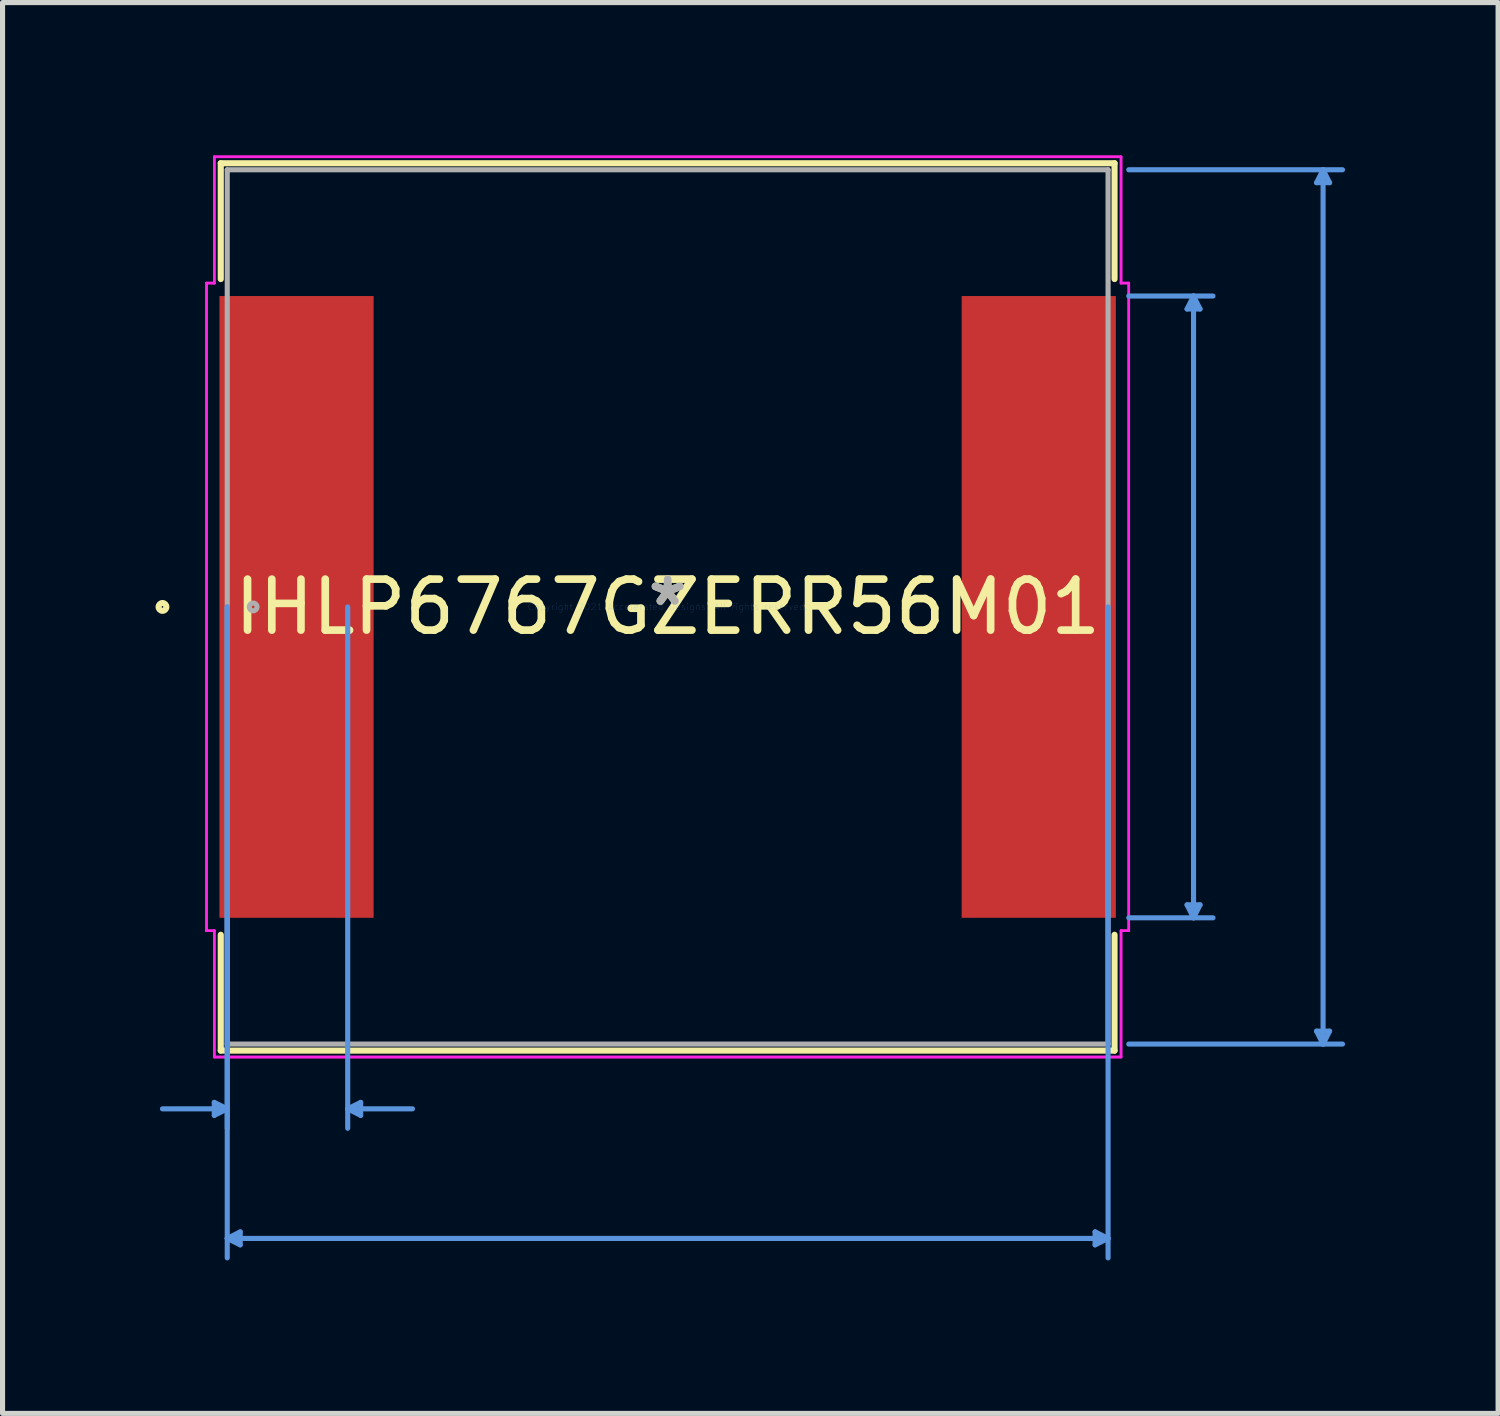
<source format=kicad_pcb>
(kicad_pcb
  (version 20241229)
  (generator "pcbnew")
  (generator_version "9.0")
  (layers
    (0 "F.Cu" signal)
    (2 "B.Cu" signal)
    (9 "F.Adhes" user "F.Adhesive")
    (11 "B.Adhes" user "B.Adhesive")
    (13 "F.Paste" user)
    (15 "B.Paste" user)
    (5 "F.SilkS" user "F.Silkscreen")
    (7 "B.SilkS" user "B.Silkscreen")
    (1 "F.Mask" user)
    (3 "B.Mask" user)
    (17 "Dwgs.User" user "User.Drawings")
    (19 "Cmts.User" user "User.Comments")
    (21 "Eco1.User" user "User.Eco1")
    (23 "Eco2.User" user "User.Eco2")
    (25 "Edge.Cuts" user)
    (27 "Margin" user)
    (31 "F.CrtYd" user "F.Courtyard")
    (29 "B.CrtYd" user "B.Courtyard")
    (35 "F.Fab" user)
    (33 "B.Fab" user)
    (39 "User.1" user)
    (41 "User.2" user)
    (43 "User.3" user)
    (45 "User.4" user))
  (footprint "IHLP6767GZERR56M01"
    (layer "F.Cu")
    (at 10.042 8.851)
    (property "Reference" "IHLP6767GZERR56M01" (at 0 0 0) (layer "F.SilkS") (effects (font (size 1 1) (thickness 0.15))))
    (attr through_hole)
    (fp_line (start -8.763 -8.7) (end -8.763 -6.429) (stroke (width 0.12) (type solid)) (layer "F.SilkS"))
    (fp_line (start -8.763 6.429) (end -8.763 8.7) (stroke (width 0.12) (type solid)) (layer "F.SilkS"))
    (fp_line (start -8.763 8.7) (end 8.763 8.7) (stroke (width 0.12) (type solid)) (layer "F.SilkS"))
    (fp_line (start 8.763 -8.7) (end -8.763 -8.7) (stroke (width 0.12) (type solid)) (layer "F.SilkS"))
    (fp_line (start 8.763 -6.429) (end 8.763 -8.7) (stroke (width 0.12) (type solid)) (layer "F.SilkS"))
    (fp_line (start 8.763 8.7) (end 8.763 6.429) (stroke (width 0.12) (type solid)) (layer "F.SilkS"))
    (fp_circle (center -9.906 0) (end -9.83 0) (stroke (width 0.12) (type solid)) (fill no) (layer "F.SilkS"))
    (fp_line (start -8.89 9.716) (end -8.89 9.97) (stroke (width 0.1) (type solid)) (layer "Cmts.User"))
    (fp_line (start -8.636 0) (end -8.636 10.223) (stroke (width 0.1) (type solid)) (layer "Cmts.User"))
    (fp_line (start -8.636 0) (end -8.636 12.764) (stroke (width 0.1) (type solid)) (layer "Cmts.User"))
    (fp_line (start -8.636 9.842) (end -9.906 9.842) (stroke (width 0.1) (type solid)) (layer "Cmts.User"))
    (fp_line (start -8.636 9.842) (end -8.89 9.716) (stroke (width 0.1) (type solid)) (layer "Cmts.User"))
    (fp_line (start -8.636 9.842) (end -8.89 9.97) (stroke (width 0.1) (type solid)) (layer "Cmts.User"))
    (fp_line (start -8.636 12.383) (end -8.382 12.255) (stroke (width 0.1) (type solid)) (layer "Cmts.User"))
    (fp_line (start -8.636 12.383) (end -8.382 12.509) (stroke (width 0.1) (type solid)) (layer "Cmts.User"))
    (fp_line (start -8.636 12.383) (end 8.636 12.383) (stroke (width 0.1) (type solid)) (layer "Cmts.User"))
    (fp_line (start -8.382 12.255) (end -8.382 12.509) (stroke (width 0.1) (type solid)) (layer "Cmts.User"))
    (fp_line (start -6.274 0) (end -6.274 10.223) (stroke (width 0.1) (type solid)) (layer "Cmts.User"))
    (fp_line (start -6.274 9.842) (end -6.02 9.716) (stroke (width 0.1) (type solid)) (layer "Cmts.User"))
    (fp_line (start -6.274 9.842) (end -6.02 9.97) (stroke (width 0.1) (type solid)) (layer "Cmts.User"))
    (fp_line (start -6.274 9.842) (end -5.004 9.842) (stroke (width 0.1) (type solid)) (layer "Cmts.User"))
    (fp_line (start -6.02 9.716) (end -6.02 9.97) (stroke (width 0.1) (type solid)) (layer "Cmts.User"))
    (fp_line (start 8.382 12.255) (end 8.382 12.509) (stroke (width 0.1) (type solid)) (layer "Cmts.User"))
    (fp_line (start 8.636 0) (end 8.636 12.764) (stroke (width 0.1) (type solid)) (layer "Cmts.User"))
    (fp_line (start 8.636 12.383) (end 8.382 12.255) (stroke (width 0.1) (type solid)) (layer "Cmts.User"))
    (fp_line (start 8.636 12.383) (end 8.382 12.509) (stroke (width 0.1) (type solid)) (layer "Cmts.User"))
    (fp_line (start 9.042 -8.572) (end 13.233 -8.572) (stroke (width 0.1) (type solid)) (layer "Cmts.User"))
    (fp_line (start 9.042 -6.096) (end 10.693 -6.096) (stroke (width 0.1) (type solid)) (layer "Cmts.User"))
    (fp_line (start 9.042 6.096) (end 10.693 6.096) (stroke (width 0.1) (type solid)) (layer "Cmts.User"))
    (fp_line (start 9.042 8.572) (end 13.233 8.572) (stroke (width 0.1) (type solid)) (layer "Cmts.User"))
    (fp_line (start 10.185 -5.842) (end 10.439 -5.842) (stroke (width 0.1) (type solid)) (layer "Cmts.User"))
    (fp_line (start 10.185 5.842) (end 10.439 5.842) (stroke (width 0.1) (type solid)) (layer "Cmts.User"))
    (fp_line (start 10.312 -6.096) (end 10.185 -5.842) (stroke (width 0.1) (type solid)) (layer "Cmts.User"))
    (fp_line (start 10.312 -6.096) (end 10.312 6.096) (stroke (width 0.1) (type solid)) (layer "Cmts.User"))
    (fp_line (start 10.312 -6.096) (end 10.439 -5.842) (stroke (width 0.1) (type solid)) (layer "Cmts.User"))
    (fp_line (start 10.312 6.096) (end 10.185 5.842) (stroke (width 0.1) (type solid)) (layer "Cmts.User"))
    (fp_line (start 10.312 6.096) (end 10.439 5.842) (stroke (width 0.1) (type solid)) (layer "Cmts.User"))
    (fp_line (start 12.725 -8.319) (end 12.979 -8.319) (stroke (width 0.1) (type solid)) (layer "Cmts.User"))
    (fp_line (start 12.725 8.319) (end 12.979 8.319) (stroke (width 0.1) (type solid)) (layer "Cmts.User"))
    (fp_line (start 12.852 -8.572) (end 12.725 -8.319) (stroke (width 0.1) (type solid)) (layer "Cmts.User"))
    (fp_line (start 12.852 -8.572) (end 12.852 8.572) (stroke (width 0.1) (type solid)) (layer "Cmts.User"))
    (fp_line (start 12.852 -8.572) (end 12.979 -8.319) (stroke (width 0.1) (type solid)) (layer "Cmts.User"))
    (fp_line (start 12.852 8.572) (end 12.725 8.319) (stroke (width 0.1) (type solid)) (layer "Cmts.User"))
    (fp_line (start 12.852 8.572) (end 12.979 8.319) (stroke (width 0.1) (type solid)) (layer "Cmts.User"))
    (fp_line (start -9.042 -6.35) (end -8.89 -6.35) (stroke (width 0.05) (type solid)) (layer "F.CrtYd"))
    (fp_line (start -9.042 -6.35) (end -8.89 -6.35) (stroke (width 0.05) (type solid)) (layer "F.CrtYd"))
    (fp_line (start -9.042 6.35) (end -9.042 -6.35) (stroke (width 0.05) (type solid)) (layer "F.CrtYd"))
    (fp_line (start -9.042 6.35) (end -9.042 -6.35) (stroke (width 0.05) (type solid)) (layer "F.CrtYd"))
    (fp_line (start -8.89 -8.826) (end 8.89 -8.826) (stroke (width 0.05) (type solid)) (layer "F.CrtYd"))
    (fp_line (start -8.89 -8.826) (end 8.89 -8.826) (stroke (width 0.05) (type solid)) (layer "F.CrtYd"))
    (fp_line (start -8.89 -6.35) (end -8.89 -8.826) (stroke (width 0.05) (type solid)) (layer "F.CrtYd"))
    (fp_line (start -8.89 -6.35) (end -8.89 -8.826) (stroke (width 0.05) (type solid)) (layer "F.CrtYd"))
    (fp_line (start -8.89 6.35) (end -9.042 6.35) (stroke (width 0.05) (type solid)) (layer "F.CrtYd"))
    (fp_line (start -8.89 6.35) (end -9.042 6.35) (stroke (width 0.05) (type solid)) (layer "F.CrtYd"))
    (fp_line (start -8.89 8.826) (end -8.89 6.35) (stroke (width 0.05) (type solid)) (layer "F.CrtYd"))
    (fp_line (start -8.89 8.826) (end -8.89 6.35) (stroke (width 0.05) (type solid)) (layer "F.CrtYd"))
    (fp_line (start 8.89 -8.826) (end 8.89 -6.35) (stroke (width 0.05) (type solid)) (layer "F.CrtYd"))
    (fp_line (start 8.89 -8.826) (end 8.89 -6.35) (stroke (width 0.05) (type solid)) (layer "F.CrtYd"))
    (fp_line (start 8.89 -6.35) (end 9.042 -6.35) (stroke (width 0.05) (type solid)) (layer "F.CrtYd"))
    (fp_line (start 8.89 -6.35) (end 9.042 -6.35) (stroke (width 0.05) (type solid)) (layer "F.CrtYd"))
    (fp_line (start 8.89 6.35) (end 8.89 8.826) (stroke (width 0.05) (type solid)) (layer "F.CrtYd"))
    (fp_line (start 8.89 6.35) (end 8.89 8.826) (stroke (width 0.05) (type solid)) (layer "F.CrtYd"))
    (fp_line (start 8.89 8.826) (end -8.89 8.826) (stroke (width 0.05) (type solid)) (layer "F.CrtYd"))
    (fp_line (start 8.89 8.826) (end -8.89 8.826) (stroke (width 0.05) (type solid)) (layer "F.CrtYd"))
    (fp_line (start 9.042 -6.35) (end 9.042 6.35) (stroke (width 0.05) (type solid)) (layer "F.CrtYd"))
    (fp_line (start 9.042 -6.35) (end 9.042 6.35) (stroke (width 0.05) (type solid)) (layer "F.CrtYd"))
    (fp_line (start 9.042 6.35) (end 8.89 6.35) (stroke (width 0.05) (type solid)) (layer "F.CrtYd"))
    (fp_line (start 9.042 6.35) (end 8.89 6.35) (stroke (width 0.05) (type solid)) (layer "F.CrtYd"))
    (fp_line (start -8.636 -8.572) (end -8.636 8.572) (stroke (width 0.1) (type solid)) (layer "F.Fab"))
    (fp_line (start -8.636 8.572) (end 8.636 8.572) (stroke (width 0.1) (type solid)) (layer "F.Fab"))
    (fp_line (start 8.636 -8.572) (end -8.636 -8.572) (stroke (width 0.1) (type solid)) (layer "F.Fab"))
    (fp_line (start 8.636 8.572) (end 8.636 -8.572) (stroke (width 0.1) (type solid)) (layer "F.Fab"))
    (fp_circle (center -8.128 0) (end -8.052 0) (stroke (width 0.1) (type solid)) (fill no) (layer "F.Fab"))
    (fp_text user "*" (at 0 0 0) (layer "F.SilkS") (effects (font (size 1 1) (thickness 0.15))))
    (fp_text user "Copyright 2021 Accelerated Designs. All rights reserved." (at 0 0 0) (layer "Cmts.User") (effects (font (size 0.127 0.127) (thickness 0.002))))
    (fp_text user "*" (at 0 0 0) (layer "F.Fab") (effects (font (size 1 1) (thickness 0.15))))
    (pad "1" smd rect (at -7.277 0 90) (size 12.192 3.023) (layers "F.Cu" "F.Mask" "F.Paste"))
    (pad "2" smd rect (at 7.277 0 90) (size 12.192 3.023) (layers "F.Cu" "F.Mask" "F.Paste")))
  (gr_rect
    (start -3 -3)
    (end 26.326 24.665)
    (stroke (width 0.1) (type default))
    (fill no)
    (layer "Edge.Cuts")))
</source>
